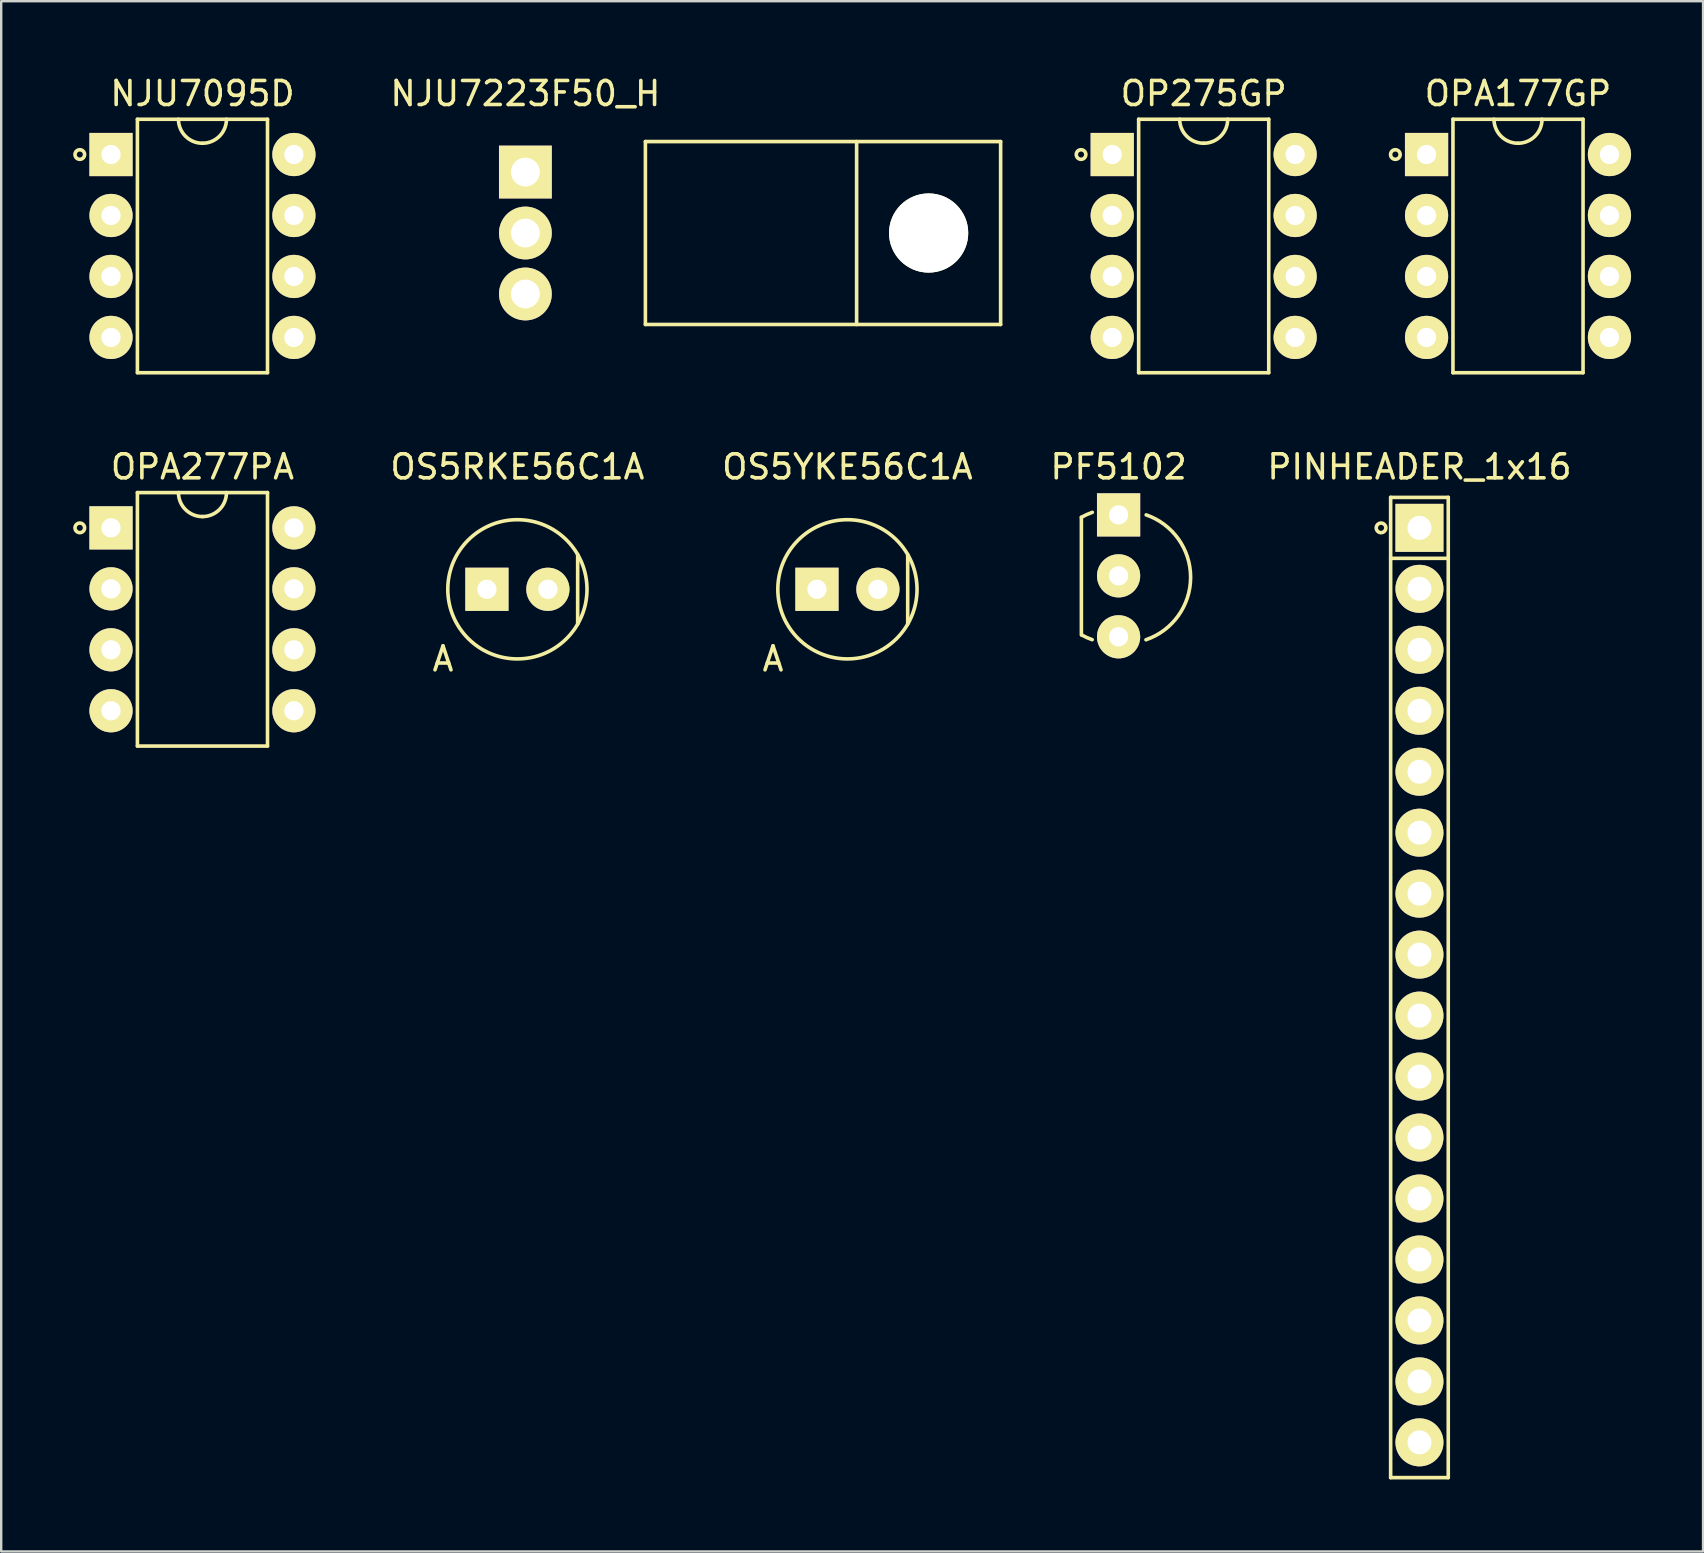
<source format=kicad_pcb>
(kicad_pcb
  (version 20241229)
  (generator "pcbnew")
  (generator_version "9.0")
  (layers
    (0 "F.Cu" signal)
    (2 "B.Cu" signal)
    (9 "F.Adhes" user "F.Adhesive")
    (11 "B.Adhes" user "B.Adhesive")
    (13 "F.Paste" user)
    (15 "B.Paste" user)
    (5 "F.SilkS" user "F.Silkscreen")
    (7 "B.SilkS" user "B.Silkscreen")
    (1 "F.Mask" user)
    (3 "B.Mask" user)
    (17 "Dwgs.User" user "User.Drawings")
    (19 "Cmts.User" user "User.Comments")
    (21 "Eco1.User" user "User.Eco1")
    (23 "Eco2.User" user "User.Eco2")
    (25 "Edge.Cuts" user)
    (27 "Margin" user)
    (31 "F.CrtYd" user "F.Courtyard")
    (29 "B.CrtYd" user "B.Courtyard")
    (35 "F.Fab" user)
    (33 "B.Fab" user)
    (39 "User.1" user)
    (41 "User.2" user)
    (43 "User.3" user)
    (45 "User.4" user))
  (footprint "NJU7095D"
    (layer "F.Cu")
    (at 1.575 3.388)
    (property "Reference" "NJU7095D" (at 3.81 -2.54 0) (layer "F.SilkS") (effects (font (size 1 1) (thickness 0.15))))
    (attr through_hole)
    (fp_line (start 1.1 -1.47) (end 6.52 -1.47) (stroke (width 0.15) (type solid)) (layer "F.SilkS"))
    (fp_line (start 1.1 9.09) (end 1.1 -1.47) (stroke (width 0.15) (type solid)) (layer "F.SilkS"))
    (fp_line (start 6.52 -1.47) (end 6.52 9.09) (stroke (width 0.15) (type solid)) (layer "F.SilkS"))
    (fp_line (start 6.52 9.09) (end 1.1 9.09) (stroke (width 0.15) (type solid)) (layer "F.SilkS"))
    (fp_arc (start 3.81 -0.47) (mid 3.102893 -0.762893) (end 2.81 -1.47) (stroke (width 0.15) (type solid)) (layer "F.SilkS"))
    (fp_arc (start 4.81 -1.47) (mid 4.517107 -0.762893) (end 3.81 -0.47) (stroke (width 0.15) (type solid)) (layer "F.SilkS"))
    (fp_circle (center -1.3 0) (end -1.3 0.2) (stroke (width 0.15) (type solid)) (fill no) (layer "F.SilkS"))
    (pad "1" thru_hole rect (at 0 0) (size 1.8 1.8) (drill 0.8) (layers "*.Cu" "*.Mask" "F.SilkS"))
    (pad "2" thru_hole circle (at 0 2.54) (size 1.8 1.8) (drill 0.8) (layers "*.Cu" "*.Mask" "F.SilkS"))
    (pad "3" thru_hole circle (at 0 5.08) (size 1.8 1.8) (drill 0.8) (layers "*.Cu" "*.Mask" "F.SilkS"))
    (pad "4" thru_hole circle (at 0 7.62) (size 1.8 1.8) (drill 0.8) (layers "*.Cu" "*.Mask" "F.SilkS"))
    (pad "5" thru_hole circle (at 7.62 7.62) (size 1.8 1.8) (drill 0.8) (layers "*.Cu" "*.Mask" "F.SilkS"))
    (pad "6" thru_hole circle (at 7.62 5.08) (size 1.8 1.8) (drill 0.8) (layers "*.Cu" "*.Mask" "F.SilkS"))
    (pad "7" thru_hole circle (at 7.62 2.54) (size 1.8 1.8) (drill 0.8) (layers "*.Cu" "*.Mask" "F.SilkS"))
    (pad "8" thru_hole circle (at 7.62 0) (size 1.8 1.8) (drill 0.8) (layers "*.Cu" "*.Mask" "F.SilkS")))
  (footprint "OPA177GP"
    (layer "F.Cu")
    (at 56.384 3.388)
    (property "Reference" "OPA177GP" (at 3.81 -2.54 0) (layer "F.SilkS") (effects (font (size 1 1) (thickness 0.15))))
    (attr through_hole)
    (fp_line (start 1.1 -1.47) (end 6.52 -1.47) (stroke (width 0.15) (type solid)) (layer "F.SilkS"))
    (fp_line (start 1.1 9.09) (end 1.1 -1.47) (stroke (width 0.15) (type solid)) (layer "F.SilkS"))
    (fp_line (start 6.52 -1.47) (end 6.52 9.09) (stroke (width 0.15) (type solid)) (layer "F.SilkS"))
    (fp_line (start 6.52 9.09) (end 1.1 9.09) (stroke (width 0.15) (type solid)) (layer "F.SilkS"))
    (fp_arc (start 3.81 -0.47) (mid 3.102893 -0.762893) (end 2.81 -1.47) (stroke (width 0.15) (type solid)) (layer "F.SilkS"))
    (fp_arc (start 4.81 -1.47) (mid 4.517107 -0.762893) (end 3.81 -0.47) (stroke (width 0.15) (type solid)) (layer "F.SilkS"))
    (fp_circle (center -1.3 0) (end -1.3 0.2) (stroke (width 0.15) (type solid)) (fill no) (layer "F.SilkS"))
    (pad "1" thru_hole rect (at 0 0) (size 1.8 1.8) (drill 0.8) (layers "*.Cu" "*.Mask" "F.SilkS"))
    (pad "2" thru_hole circle (at 0 2.54) (size 1.8 1.8) (drill 0.8) (layers "*.Cu" "*.Mask" "F.SilkS"))
    (pad "3" thru_hole circle (at 0 5.08) (size 1.8 1.8) (drill 0.8) (layers "*.Cu" "*.Mask" "F.SilkS"))
    (pad "4" thru_hole circle (at 0 7.62) (size 1.8 1.8) (drill 0.8) (layers "*.Cu" "*.Mask" "F.SilkS"))
    (pad "5" thru_hole circle (at 7.62 7.62) (size 1.8 1.8) (drill 0.8) (layers "*.Cu" "*.Mask" "F.SilkS"))
    (pad "6" thru_hole circle (at 7.62 5.08) (size 1.8 1.8) (drill 0.8) (layers "*.Cu" "*.Mask" "F.SilkS"))
    (pad "7" thru_hole circle (at 7.62 2.54) (size 1.8 1.8) (drill 0.8) (layers "*.Cu" "*.Mask" "F.SilkS"))
    (pad "8" thru_hole circle (at 7.62 0) (size 1.8 1.8) (drill 0.8) (layers "*.Cu" "*.Mask" "F.SilkS")))
  (footprint "NJU7223F50_H"
    (layer "F.Cu")
    (at 18.839 4.118)
    (property "Reference" "NJU7223F50_H" (at 0 -3.27 0) (layer "F.SilkS") (effects (font (size 1 1) (thickness 0.15))))
    (attr through_hole)
    (fp_line (start 5 -1.27) (end 5 6.35) (stroke (width 0.15) (type solid)) (layer "F.SilkS"))
    (fp_line (start 5 -1.27) (end 19.8 -1.27) (stroke (width 0.15) (type solid)) (layer "F.SilkS"))
    (fp_line (start 5 6.35) (end 19.8 6.35) (stroke (width 0.15) (type solid)) (layer "F.SilkS"))
    (fp_line (start 13.8 -1.27) (end 13.8 6.35) (stroke (width 0.15) (type solid)) (layer "F.SilkS"))
    (fp_line (start 19.8 -1.27) (end 19.8 6.35) (stroke (width 0.15) (type solid)) (layer "F.SilkS"))
    (pad "" np_thru_hole circle (at 16.8 2.54) (size 3.3 3.3) (drill 3.3) (layers "*.Cu" "*.Mask" "F.SilkS"))
    (pad "1" thru_hole rect (at 0 0) (size 2.2 2.2) (drill 1.2) (layers "*.Cu" "*.Mask" "F.SilkS"))
    (pad "2" thru_hole circle (at 0 2.54) (size 2.2 2.2) (drill 1.2) (layers "*.Cu" "*.Mask" "F.SilkS"))
    (pad "3" thru_hole circle (at 0 5.08) (size 2.2 2.2) (drill 1.2) (layers "*.Cu" "*.Mask" "F.SilkS")))
  (footprint "PINHEADER_1x16"
    (layer "F.Cu")
    (at 56.088 18.942)
    (property "Reference" "PINHEADER_1x16" (at 0 -2.54 0) (layer "F.SilkS") (effects (font (size 1 1) (thickness 0.15))))
    (attr through_hole)
    (fp_line (start -1.2 -1.27) (end 1.2 -1.27) (stroke (width 0.15) (type solid)) (layer "F.SilkS"))
    (fp_line (start -1.2 1.27) (end 1.2 1.27) (stroke (width 0.15) (type solid)) (layer "F.SilkS"))
    (fp_line (start -1.2 39.57) (end -1.2 -1.27) (stroke (width 0.15) (type solid)) (layer "F.SilkS"))
    (fp_line (start 1.2 -1.27) (end 1.2 39.57) (stroke (width 0.15) (type solid)) (layer "F.SilkS"))
    (fp_line (start 1.2 39.57) (end -1.2 39.57) (stroke (width 0.15) (type solid)) (layer "F.SilkS"))
    (fp_circle (center -1.6 0) (end -1.6 0.2) (stroke (width 0.15) (type solid)) (fill no) (layer "F.SilkS"))
    (pad "1" thru_hole rect (at 0 0) (size 2 2) (drill 1) (layers "*.Cu" "*.Mask" "F.SilkS"))
    (pad "2" thru_hole circle (at 0 2.54) (size 2 2) (drill 1) (layers "*.Cu" "*.Mask" "F.SilkS"))
    (pad "3" thru_hole circle (at 0 5.08) (size 2 2) (drill 1) (layers "*.Cu" "*.Mask" "F.SilkS"))
    (pad "4" thru_hole circle (at 0 7.62) (size 2 2) (drill 1) (layers "*.Cu" "*.Mask" "F.SilkS"))
    (pad "5" thru_hole circle (at 0 10.16) (size 2 2) (drill 1) (layers "*.Cu" "*.Mask" "F.SilkS"))
    (pad "6" thru_hole circle (at 0 12.7) (size 2 2) (drill 1) (layers "*.Cu" "*.Mask" "F.SilkS"))
    (pad "7" thru_hole circle (at 0 15.24) (size 2 2) (drill 1) (layers "*.Cu" "*.Mask" "F.SilkS"))
    (pad "8" thru_hole circle (at 0 17.78) (size 2 2) (drill 1) (layers "*.Cu" "*.Mask" "F.SilkS"))
    (pad "9" thru_hole circle (at 0 20.32) (size 2 2) (drill 1) (layers "*.Cu" "*.Mask" "F.SilkS"))
    (pad "10" thru_hole circle (at 0 22.86) (size 2 2) (drill 1) (layers "*.Cu" "*.Mask" "F.SilkS"))
    (pad "11" thru_hole circle (at 0 25.4) (size 2 2) (drill 1) (layers "*.Cu" "*.Mask" "F.SilkS"))
    (pad "12" thru_hole circle (at 0 27.94) (size 2 2) (drill 1) (layers "*.Cu" "*.Mask" "F.SilkS"))
    (pad "13" thru_hole circle (at 0 30.48) (size 2 2) (drill 1) (layers "*.Cu" "*.Mask" "F.SilkS"))
    (pad "14" thru_hole circle (at 0 33.02) (size 2 2) (drill 1) (layers "*.Cu" "*.Mask" "F.SilkS"))
    (pad "15" thru_hole circle (at 0 35.56) (size 2 2) (drill 1) (layers "*.Cu" "*.Mask" "F.SilkS"))
    (pad "16" thru_hole circle (at 0 38.1) (size 2 2) (drill 1) (layers "*.Cu" "*.Mask" "F.SilkS")))
  (footprint "PF5102"
    (layer "F.Cu")
    (at 43.553 18.401)
    (property "Reference" "PF5102" (at 0 -2 0) (layer "F.SilkS") (effects (font (size 1 1) (thickness 0.15))))
    (attr through_hole)
    (fp_line (start -1.55 5) (end -1.55 0.1) (stroke (width 0.15) (type solid)) (layer "F.SilkS"))
    (fp_arc (start -1.55 0.1) (mid -1.326783 -0.012505) (end -1.09461 -0.105127) (stroke (width 0.15) (type solid)) (layer "F.SilkS"))
    (fp_arc (start -1.1 5.2) (mid -1.32318 5.111666) (end -1.537812 5.004217) (stroke (width 0.15) (type solid)) (layer "F.SilkS"))
    (fp_arc (start 1.15 0) (mid 3.00136 2.60449) (end 1.14151 5.202923) (stroke (width 0.15) (type solid)) (layer "F.SilkS"))
    (pad "1" thru_hole rect (at 0 0) (size 1.8 1.8) (drill 0.8) (layers "*.Cu" "*.Mask" "F.SilkS"))
    (pad "2" thru_hole circle (at 0 2.54) (size 1.8 1.8) (drill 0.8) (layers "*.Cu" "*.Mask" "F.SilkS"))
    (pad "3" thru_hole circle (at 0 5.08) (size 1.8 1.8) (drill 0.8) (layers "*.Cu" "*.Mask" "F.SilkS")))
  (footprint "OPA277PA"
    (layer "F.Cu")
    (at 1.575 18.942)
    (property "Reference" "OPA277PA" (at 3.81 -2.54 0) (layer "F.SilkS") (effects (font (size 1 1) (thickness 0.15))))
    (attr through_hole)
    (fp_line (start 1.1 -1.47) (end 6.52 -1.47) (stroke (width 0.15) (type solid)) (layer "F.SilkS"))
    (fp_line (start 1.1 9.09) (end 1.1 -1.47) (stroke (width 0.15) (type solid)) (layer "F.SilkS"))
    (fp_line (start 6.52 -1.47) (end 6.52 9.09) (stroke (width 0.15) (type solid)) (layer "F.SilkS"))
    (fp_line (start 6.52 9.09) (end 1.1 9.09) (stroke (width 0.15) (type solid)) (layer "F.SilkS"))
    (fp_arc (start 3.81 -0.47) (mid 3.102893 -0.762893) (end 2.81 -1.47) (stroke (width 0.15) (type solid)) (layer "F.SilkS"))
    (fp_arc (start 4.81 -1.47) (mid 4.517107 -0.762893) (end 3.81 -0.47) (stroke (width 0.15) (type solid)) (layer "F.SilkS"))
    (fp_circle (center -1.3 0) (end -1.3 0.2) (stroke (width 0.15) (type solid)) (fill no) (layer "F.SilkS"))
    (pad "1" thru_hole rect (at 0 0) (size 1.8 1.8) (drill 0.8) (layers "*.Cu" "*.Mask" "F.SilkS"))
    (pad "2" thru_hole circle (at 0 2.54) (size 1.8 1.8) (drill 0.8) (layers "*.Cu" "*.Mask" "F.SilkS"))
    (pad "3" thru_hole circle (at 0 5.08) (size 1.8 1.8) (drill 0.8) (layers "*.Cu" "*.Mask" "F.SilkS"))
    (pad "4" thru_hole circle (at 0 7.62) (size 1.8 1.8) (drill 0.8) (layers "*.Cu" "*.Mask" "F.SilkS"))
    (pad "5" thru_hole circle (at 7.62 7.62) (size 1.8 1.8) (drill 0.8) (layers "*.Cu" "*.Mask" "F.SilkS"))
    (pad "6" thru_hole circle (at 7.62 5.08) (size 1.8 1.8) (drill 0.8) (layers "*.Cu" "*.Mask" "F.SilkS"))
    (pad "7" thru_hole circle (at 7.62 2.54) (size 1.8 1.8) (drill 0.8) (layers "*.Cu" "*.Mask" "F.SilkS"))
    (pad "8" thru_hole circle (at 7.62 0) (size 1.8 1.8) (drill 0.8) (layers "*.Cu" "*.Mask" "F.SilkS")))
  (footprint "OS5YKE56C1A"
    (layer "F.Cu")
    (at 30.986 21.502)
    (property "Reference" "OS5YKE56C1A" (at 1.27 -5.1 0) (layer "F.SilkS") (effects (font (size 1 1) (thickness 0.15))))
    (attr through_hole)
    (fp_line (start 3.781 1.45) (end 3.781 -1.45) (stroke (width 0.15) (type solid)) (layer "F.SilkS"))
    (fp_circle (center 1.27 0) (end 1.27 -2.9) (stroke (width 0.15) (type solid)) (fill no) (layer "F.SilkS"))
    (fp_text user "A" (at -1.83 2.9 0) (layer "F.SilkS") (effects (font (size 1 1) (thickness 0.15))))
    (pad "1" thru_hole rect (at 0 0) (size 1.8 1.8) (drill 0.8) (layers "*.Cu" "*.Mask" "F.SilkS"))
    (pad "2" thru_hole circle (at 2.54 0) (size 1.8 1.8) (drill 0.8) (layers "*.Cu" "*.Mask" "F.SilkS")))
  (footprint "OS5RKE56C1A"
    (layer "F.Cu")
    (at 17.236 21.502)
    (property "Reference" "OS5RKE56C1A" (at 1.27 -5.1 0) (layer "F.SilkS") (effects (font (size 1 1) (thickness 0.15))))
    (attr through_hole)
    (fp_line (start 3.781 1.45) (end 3.781 -1.45) (stroke (width 0.15) (type solid)) (layer "F.SilkS"))
    (fp_circle (center 1.27 0) (end 1.27 -2.9) (stroke (width 0.15) (type solid)) (fill no) (layer "F.SilkS"))
    (fp_text user "A" (at -1.83 2.9 0) (layer "F.SilkS") (effects (font (size 1 1) (thickness 0.15))))
    (pad "1" thru_hole rect (at 0 0) (size 1.8 1.8) (drill 0.8) (layers "*.Cu" "*.Mask" "F.SilkS"))
    (pad "2" thru_hole circle (at 2.54 0) (size 1.8 1.8) (drill 0.8) (layers "*.Cu" "*.Mask" "F.SilkS")))
  (footprint "OP275GP"
    (layer "F.Cu")
    (at 43.289 3.388)
    (property "Reference" "OP275GP" (at 3.81 -2.54 0) (layer "F.SilkS") (effects (font (size 1 1) (thickness 0.15))))
    (attr through_hole)
    (fp_line (start 1.1 -1.47) (end 6.52 -1.47) (stroke (width 0.15) (type solid)) (layer "F.SilkS"))
    (fp_line (start 1.1 9.09) (end 1.1 -1.47) (stroke (width 0.15) (type solid)) (layer "F.SilkS"))
    (fp_line (start 6.52 -1.47) (end 6.52 9.09) (stroke (width 0.15) (type solid)) (layer "F.SilkS"))
    (fp_line (start 6.52 9.09) (end 1.1 9.09) (stroke (width 0.15) (type solid)) (layer "F.SilkS"))
    (fp_arc (start 3.81 -0.47) (mid 3.102893 -0.762893) (end 2.81 -1.47) (stroke (width 0.15) (type solid)) (layer "F.SilkS"))
    (fp_arc (start 4.81 -1.47) (mid 4.517107 -0.762893) (end 3.81 -0.47) (stroke (width 0.15) (type solid)) (layer "F.SilkS"))
    (fp_circle (center -1.3 0) (end -1.3 0.2) (stroke (width 0.15) (type solid)) (fill no) (layer "F.SilkS"))
    (pad "1" thru_hole rect (at 0 0) (size 1.8 1.8) (drill 0.8) (layers "*.Cu" "*.Mask" "F.SilkS"))
    (pad "2" thru_hole circle (at 0 2.54) (size 1.8 1.8) (drill 0.8) (layers "*.Cu" "*.Mask" "F.SilkS"))
    (pad "3" thru_hole circle (at 0 5.08) (size 1.8 1.8) (drill 0.8) (layers "*.Cu" "*.Mask" "F.SilkS"))
    (pad "4" thru_hole circle (at 0 7.62) (size 1.8 1.8) (drill 0.8) (layers "*.Cu" "*.Mask" "F.SilkS"))
    (pad "5" thru_hole circle (at 7.62 7.62) (size 1.8 1.8) (drill 0.8) (layers "*.Cu" "*.Mask" "F.SilkS"))
    (pad "6" thru_hole circle (at 7.62 5.08) (size 1.8 1.8) (drill 0.8) (layers "*.Cu" "*.Mask" "F.SilkS"))
    (pad "7" thru_hole circle (at 7.62 2.54) (size 1.8 1.8) (drill 0.8) (layers "*.Cu" "*.Mask" "F.SilkS"))
    (pad "8" thru_hole circle (at 7.62 0) (size 1.8 1.8) (drill 0.8) (layers "*.Cu" "*.Mask" "F.SilkS")))
  (gr_rect
    (start -3 -3)
    (end 67.904 61.587)
    (stroke (width 0.1) (type default))
    (fill no)
    (layer "Edge.Cuts")))
</source>
